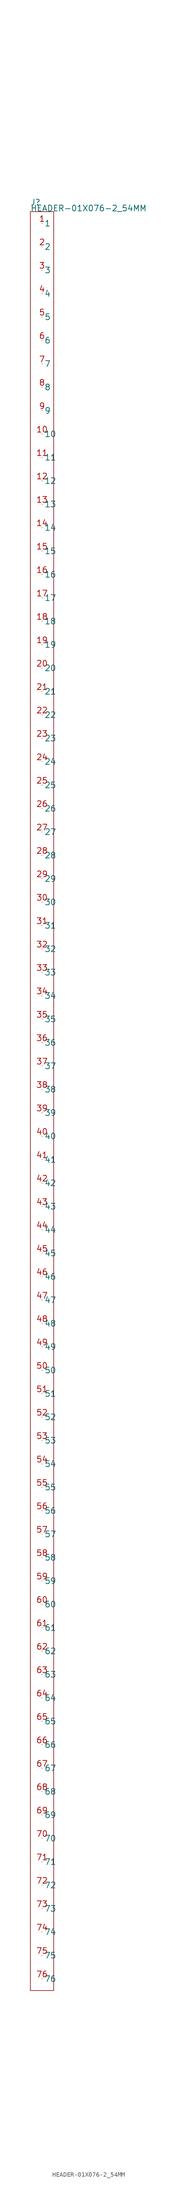
<source format=kicad_sym>
(kicad_symbol_lib
  (version 20211014)
  (generator kicad_symbol_editor)
  (symbol "HEADER-01X076-2_54MM"
    (pin_names)
    (property "Reference" "J"
      (at -2.54 194.31 0)
      (effects (font (size 1.27 1.27)) (justify left bottom)))
    (property "Value" "HEADER-01X076-2_54MM"
      (at -2.54 193.04 0)
      (effects (font (size 1.27 1.27)) (justify left bottom)))
    (property "Datasheet" ""
      (at 0 0 0))
    (property "ki_description" "Header 1x76  - Header Vertical 76POS 2.54MM Technical Specifications: Pitch: 0.1\" (2.54mm) "
      (at 0 0 0))
    (property "ki_fp_filters" "FlashPCB_Connectors:HEADER-THT-01X076-2_54MM FlashPCB_Connectors:HEADER-THT-LONG-01X076-2_54MM FlashPCB_Connectors:HEADER-THT-NOSILK-01X076-2_54MM FlashPCB_Connectors:HEADER-THT-LONG-NOSILK-01X076-2_54MM"
      (at 0 0 0))
    (symbol "HEADER-01X076-2_54MM_1_1"
      (polyline (pts (xy -2.54 193.04) (xy 2.54 193.04)) (stroke (width 0.127)) (fill (type none)))
      (polyline (pts (xy 2.54 193.04) (xy 2.54 -193.04)) (stroke (width 0.127)) (fill (type none)))
      (polyline (pts (xy 2.54 -193.04) (xy -2.54 -193.04)) (stroke (width 0.127)) (fill (type none)))
      (polyline (pts (xy -2.54 -193.04) (xy -2.54 193.04)) (stroke (width 0.127)) (fill (type none)))
      (pin bidirectional line (at 0 190.5 0) (length 0) (name "1" (effects (font (size 1.27 1.27)))) (number "1" (effects (font (size 1.27 1.27)))))
      (pin bidirectional line (at 0 185.42 0) (length 0) (name "2" (effects (font (size 1.27 1.27)))) (number "2" (effects (font (size 1.27 1.27)))))
      (pin bidirectional line (at 0 180.34 0) (length 0) (name "3" (effects (font (size 1.27 1.27)))) (number "3" (effects (font (size 1.27 1.27)))))
      (pin bidirectional line (at 0 175.26 0) (length 0) (name "4" (effects (font (size 1.27 1.27)))) (number "4" (effects (font (size 1.27 1.27)))))
      (pin bidirectional line (at 0 170.18 0) (length 0) (name "5" (effects (font (size 1.27 1.27)))) (number "5" (effects (font (size 1.27 1.27)))))
      (pin bidirectional line (at 0 165.1 0) (length 0) (name "6" (effects (font (size 1.27 1.27)))) (number "6" (effects (font (size 1.27 1.27)))))
      (pin bidirectional line (at 0 160.02 0) (length 0) (name "7" (effects (font (size 1.27 1.27)))) (number "7" (effects (font (size 1.27 1.27)))))
      (pin bidirectional line (at 0 154.94 0) (length 0) (name "8" (effects (font (size 1.27 1.27)))) (number "8" (effects (font (size 1.27 1.27)))))
      (pin bidirectional line (at 0 149.86 0) (length 0) (name "9" (effects (font (size 1.27 1.27)))) (number "9" (effects (font (size 1.27 1.27)))))
      (pin bidirectional line (at 0 144.78 0) (length 0) (name "10" (effects (font (size 1.27 1.27)))) (number "10" (effects (font (size 1.27 1.27)))))
      (pin bidirectional line (at 0 139.7 0) (length 0) (name "11" (effects (font (size 1.27 1.27)))) (number "11" (effects (font (size 1.27 1.27)))))
      (pin bidirectional line (at 0 134.62 0) (length 0) (name "12" (effects (font (size 1.27 1.27)))) (number "12" (effects (font (size 1.27 1.27)))))
      (pin bidirectional line (at 0 129.54 0) (length 0) (name "13" (effects (font (size 1.27 1.27)))) (number "13" (effects (font (size 1.27 1.27)))))
      (pin bidirectional line (at 0 124.46 0) (length 0) (name "14" (effects (font (size 1.27 1.27)))) (number "14" (effects (font (size 1.27 1.27)))))
      (pin bidirectional line (at 0 119.38 0) (length 0) (name "15" (effects (font (size 1.27 1.27)))) (number "15" (effects (font (size 1.27 1.27)))))
      (pin bidirectional line (at 0 114.3 0) (length 0) (name "16" (effects (font (size 1.27 1.27)))) (number "16" (effects (font (size 1.27 1.27)))))
      (pin bidirectional line (at 0 109.22 0) (length 0) (name "17" (effects (font (size 1.27 1.27)))) (number "17" (effects (font (size 1.27 1.27)))))
      (pin bidirectional line (at 0 104.14 0) (length 0) (name "18" (effects (font (size 1.27 1.27)))) (number "18" (effects (font (size 1.27 1.27)))))
      (pin bidirectional line (at 0 99.06 0) (length 0) (name "19" (effects (font (size 1.27 1.27)))) (number "19" (effects (font (size 1.27 1.27)))))
      (pin bidirectional line (at 0 93.98 0) (length 0) (name "20" (effects (font (size 1.27 1.27)))) (number "20" (effects (font (size 1.27 1.27)))))
      (pin bidirectional line (at 0 88.9 0) (length 0) (name "21" (effects (font (size 1.27 1.27)))) (number "21" (effects (font (size 1.27 1.27)))))
      (pin bidirectional line (at 0 83.82 0) (length 0) (name "22" (effects (font (size 1.27 1.27)))) (number "22" (effects (font (size 1.27 1.27)))))
      (pin bidirectional line (at 0 78.74 0) (length 0) (name "23" (effects (font (size 1.27 1.27)))) (number "23" (effects (font (size 1.27 1.27)))))
      (pin bidirectional line (at 0 73.66 0) (length 0) (name "24" (effects (font (size 1.27 1.27)))) (number "24" (effects (font (size 1.27 1.27)))))
      (pin bidirectional line (at 0 68.58 0) (length 0) (name "25" (effects (font (size 1.27 1.27)))) (number "25" (effects (font (size 1.27 1.27)))))
      (pin bidirectional line (at 0 63.5 0) (length 0) (name "26" (effects (font (size 1.27 1.27)))) (number "26" (effects (font (size 1.27 1.27)))))
      (pin bidirectional line (at 0 58.42 0) (length 0) (name "27" (effects (font (size 1.27 1.27)))) (number "27" (effects (font (size 1.27 1.27)))))
      (pin bidirectional line (at 0 53.34 0) (length 0) (name "28" (effects (font (size 1.27 1.27)))) (number "28" (effects (font (size 1.27 1.27)))))
      (pin bidirectional line (at 0 48.26 0) (length 0) (name "29" (effects (font (size 1.27 1.27)))) (number "29" (effects (font (size 1.27 1.27)))))
      (pin bidirectional line (at 0 43.18 0) (length 0) (name "30" (effects (font (size 1.27 1.27)))) (number "30" (effects (font (size 1.27 1.27)))))
      (pin bidirectional line (at 0 38.1 0) (length 0) (name "31" (effects (font (size 1.27 1.27)))) (number "31" (effects (font (size 1.27 1.27)))))
      (pin bidirectional line (at 0 33.02 0) (length 0) (name "32" (effects (font (size 1.27 1.27)))) (number "32" (effects (font (size 1.27 1.27)))))
      (pin bidirectional line (at 0 27.94 0) (length 0) (name "33" (effects (font (size 1.27 1.27)))) (number "33" (effects (font (size 1.27 1.27)))))
      (pin bidirectional line (at 0 22.86 0) (length 0) (name "34" (effects (font (size 1.27 1.27)))) (number "34" (effects (font (size 1.27 1.27)))))
      (pin bidirectional line (at 0 17.78 0) (length 0) (name "35" (effects (font (size 1.27 1.27)))) (number "35" (effects (font (size 1.27 1.27)))))
      (pin bidirectional line (at 0 12.7 0) (length 0) (name "36" (effects (font (size 1.27 1.27)))) (number "36" (effects (font (size 1.27 1.27)))))
      (pin bidirectional line (at 0 7.62 0) (length 0) (name "37" (effects (font (size 1.27 1.27)))) (number "37" (effects (font (size 1.27 1.27)))))
      (pin bidirectional line (at 0 2.54 0) (length 0) (name "38" (effects (font (size 1.27 1.27)))) (number "38" (effects (font (size 1.27 1.27)))))
      (pin bidirectional line (at 0 -2.54 0) (length 0) (name "39" (effects (font (size 1.27 1.27)))) (number "39" (effects (font (size 1.27 1.27)))))
      (pin bidirectional line (at 0 -7.62 0) (length 0) (name "40" (effects (font (size 1.27 1.27)))) (number "40" (effects (font (size 1.27 1.27)))))
      (pin bidirectional line (at 0 -12.7 0) (length 0) (name "41" (effects (font (size 1.27 1.27)))) (number "41" (effects (font (size 1.27 1.27)))))
      (pin bidirectional line (at 0 -17.78 0) (length 0) (name "42" (effects (font (size 1.27 1.27)))) (number "42" (effects (font (size 1.27 1.27)))))
      (pin bidirectional line (at 0 -22.86 0) (length 0) (name "43" (effects (font (size 1.27 1.27)))) (number "43" (effects (font (size 1.27 1.27)))))
      (pin bidirectional line (at 0 -27.94 0) (length 0) (name "44" (effects (font (size 1.27 1.27)))) (number "44" (effects (font (size 1.27 1.27)))))
      (pin bidirectional line (at 0 -33.02 0) (length 0) (name "45" (effects (font (size 1.27 1.27)))) (number "45" (effects (font (size 1.27 1.27)))))
      (pin bidirectional line (at 0 -38.1 0) (length 0) (name "46" (effects (font (size 1.27 1.27)))) (number "46" (effects (font (size 1.27 1.27)))))
      (pin bidirectional line (at 0 -43.18 0) (length 0) (name "47" (effects (font (size 1.27 1.27)))) (number "47" (effects (font (size 1.27 1.27)))))
      (pin bidirectional line (at 0 -48.26 0) (length 0) (name "48" (effects (font (size 1.27 1.27)))) (number "48" (effects (font (size 1.27 1.27)))))
      (pin bidirectional line (at 0 -53.34 0) (length 0) (name "49" (effects (font (size 1.27 1.27)))) (number "49" (effects (font (size 1.27 1.27)))))
      (pin bidirectional line (at 0 -58.42 0) (length 0) (name "50" (effects (font (size 1.27 1.27)))) (number "50" (effects (font (size 1.27 1.27)))))
      (pin bidirectional line (at 0 -63.5 0) (length 0) (name "51" (effects (font (size 1.27 1.27)))) (number "51" (effects (font (size 1.27 1.27)))))
      (pin bidirectional line (at 0 -68.58 0) (length 0) (name "52" (effects (font (size 1.27 1.27)))) (number "52" (effects (font (size 1.27 1.27)))))
      (pin bidirectional line (at 0 -73.66 0) (length 0) (name "53" (effects (font (size 1.27 1.27)))) (number "53" (effects (font (size 1.27 1.27)))))
      (pin bidirectional line (at 0 -78.74 0) (length 0) (name "54" (effects (font (size 1.27 1.27)))) (number "54" (effects (font (size 1.27 1.27)))))
      (pin bidirectional line (at 0 -83.82 0) (length 0) (name "55" (effects (font (size 1.27 1.27)))) (number "55" (effects (font (size 1.27 1.27)))))
      (pin bidirectional line (at 0 -88.9 0) (length 0) (name "56" (effects (font (size 1.27 1.27)))) (number "56" (effects (font (size 1.27 1.27)))))
      (pin bidirectional line (at 0 -93.98 0) (length 0) (name "57" (effects (font (size 1.27 1.27)))) (number "57" (effects (font (size 1.27 1.27)))))
      (pin bidirectional line (at 0 -99.06 0) (length 0) (name "58" (effects (font (size 1.27 1.27)))) (number "58" (effects (font (size 1.27 1.27)))))
      (pin bidirectional line (at 0 -104.14 0) (length 0) (name "59" (effects (font (size 1.27 1.27)))) (number "59" (effects (font (size 1.27 1.27)))))
      (pin bidirectional line (at 0 -109.22 0) (length 0) (name "60" (effects (font (size 1.27 1.27)))) (number "60" (effects (font (size 1.27 1.27)))))
      (pin bidirectional line (at 0 -114.3 0) (length 0) (name "61" (effects (font (size 1.27 1.27)))) (number "61" (effects (font (size 1.27 1.27)))))
      (pin bidirectional line (at 0 -119.38 0) (length 0) (name "62" (effects (font (size 1.27 1.27)))) (number "62" (effects (font (size 1.27 1.27)))))
      (pin bidirectional line (at 0 -124.46 0) (length 0) (name "63" (effects (font (size 1.27 1.27)))) (number "63" (effects (font (size 1.27 1.27)))))
      (pin bidirectional line (at 0 -129.54 0) (length 0) (name "64" (effects (font (size 1.27 1.27)))) (number "64" (effects (font (size 1.27 1.27)))))
      (pin bidirectional line (at 0 -134.62 0) (length 0) (name "65" (effects (font (size 1.27 1.27)))) (number "65" (effects (font (size 1.27 1.27)))))
      (pin bidirectional line (at 0 -139.7 0) (length 0) (name "66" (effects (font (size 1.27 1.27)))) (number "66" (effects (font (size 1.27 1.27)))))
      (pin bidirectional line (at 0 -144.78 0) (length 0) (name "67" (effects (font (size 1.27 1.27)))) (number "67" (effects (font (size 1.27 1.27)))))
      (pin bidirectional line (at 0 -149.86 0) (length 0) (name "68" (effects (font (size 1.27 1.27)))) (number "68" (effects (font (size 1.27 1.27)))))
      (pin bidirectional line (at 0 -154.94 0) (length 0) (name "69" (effects (font (size 1.27 1.27)))) (number "69" (effects (font (size 1.27 1.27)))))
      (pin bidirectional line (at 0 -160.02 0) (length 0) (name "70" (effects (font (size 1.27 1.27)))) (number "70" (effects (font (size 1.27 1.27)))))
      (pin bidirectional line (at 0 -165.1 0) (length 0) (name "71" (effects (font (size 1.27 1.27)))) (number "71" (effects (font (size 1.27 1.27)))))
      (pin bidirectional line (at 0 -170.18 0) (length 0) (name "72" (effects (font (size 1.27 1.27)))) (number "72" (effects (font (size 1.27 1.27)))))
      (pin bidirectional line (at 0 -175.26 0) (length 0) (name "73" (effects (font (size 1.27 1.27)))) (number "73" (effects (font (size 1.27 1.27)))))
      (pin bidirectional line (at 0 -180.34 0) (length 0) (name "74" (effects (font (size 1.27 1.27)))) (number "74" (effects (font (size 1.27 1.27)))))
      (pin bidirectional line (at 0 -185.42 0) (length 0) (name "75" (effects (font (size 1.27 1.27)))) (number "75" (effects (font (size 1.27 1.27)))))
      (pin bidirectional line (at 0 -190.5 0) (length 0) (name "76" (effects (font (size 1.27 1.27)))) (number "76" (effects (font (size 1.27 1.27))))))))
</source>
